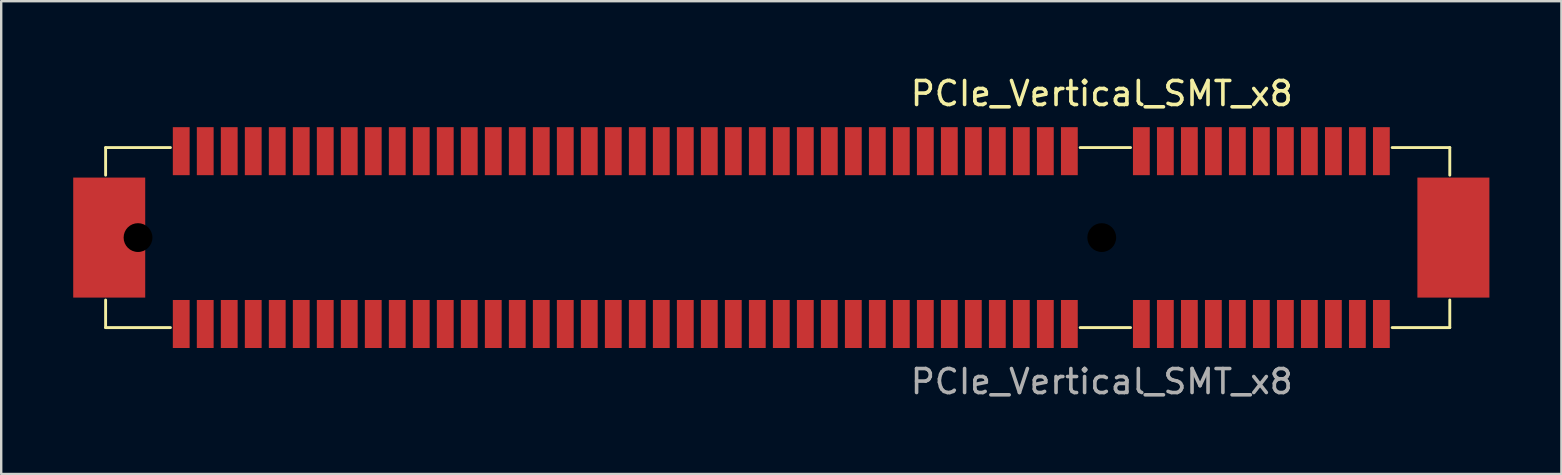
<source format=kicad_pcb>
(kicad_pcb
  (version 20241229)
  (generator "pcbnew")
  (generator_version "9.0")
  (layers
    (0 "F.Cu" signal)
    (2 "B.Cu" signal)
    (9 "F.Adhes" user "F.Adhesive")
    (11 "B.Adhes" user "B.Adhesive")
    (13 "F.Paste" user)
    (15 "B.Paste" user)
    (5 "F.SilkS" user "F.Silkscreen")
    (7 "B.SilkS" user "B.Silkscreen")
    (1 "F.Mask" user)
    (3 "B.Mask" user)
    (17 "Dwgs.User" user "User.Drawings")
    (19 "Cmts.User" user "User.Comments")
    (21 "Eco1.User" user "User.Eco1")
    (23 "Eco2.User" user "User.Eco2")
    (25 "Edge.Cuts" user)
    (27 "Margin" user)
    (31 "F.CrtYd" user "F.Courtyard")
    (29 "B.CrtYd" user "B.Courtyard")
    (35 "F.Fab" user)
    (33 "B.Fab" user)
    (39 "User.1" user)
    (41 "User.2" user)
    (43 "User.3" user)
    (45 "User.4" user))
  (footprint "PCIe_Vertical_SMT_x8"
    (layer "F.Cu")
    (at 42.85 6.848)
    (property "Reference" "PCIe_Vertical_SMT_x8" (at 0 -6 0) (unlocked yes) (layer "F.SilkS") (effects (font (size 1 1) (thickness 0.15))))
    (attr smd)
    (fp_line (start -41.5 -2.6) (end -41.5 -3.75) (stroke (width 0.12) (type solid)) (layer "F.SilkS"))
    (fp_line (start -41.5 3.75) (end -41.5 2.6) (stroke (width 0.12) (type solid)) (layer "F.SilkS"))
    (fp_line (start -38.8 -3.75) (end -41.5 -3.75) (stroke (width 0.12) (type solid)) (layer "F.SilkS"))
    (fp_line (start -38.8 3.75) (end -41.5 3.75) (stroke (width 0.12) (type solid)) (layer "F.SilkS"))
    (fp_line (start 1.2 -3.75) (end -0.9 -3.75) (stroke (width 0.12) (type solid)) (layer "F.SilkS"))
    (fp_line (start 1.2 3.75) (end -0.9 3.75) (stroke (width 0.12) (type solid)) (layer "F.SilkS"))
    (fp_line (start 14.5 -3.75) (end 12.1 -3.75) (stroke (width 0.12) (type solid)) (layer "F.SilkS"))
    (fp_line (start 14.5 -2.6) (end 14.5 -3.75) (stroke (width 0.12) (type solid)) (layer "F.SilkS"))
    (fp_line (start 14.5 3.75) (end 12.1 3.75) (stroke (width 0.12) (type solid)) (layer "F.SilkS"))
    (fp_line (start 14.5 3.75) (end 14.5 2.6) (stroke (width 0.12) (type solid)) (layer "F.SilkS"))
    (fp_text user "${REFERENCE}" (at 0 6 0) (unlocked yes) (layer "F.Fab") (effects (font (size 1 1) (thickness 0.15))))
    (pad "" smd rect (at -41.35 0) (size 3 5) (layers "F.Cu" "F.Mask" "F.Paste"))
    (pad "" np_thru_hole circle (at -40.15 0) (size 1.2 1.2) (drill 1.2) (layers "*.Mask"))
    (pad "" np_thru_hole circle (at 0 0) (size 1.2 1.2) (drill 1.2) (layers "*.Mask"))
    (pad "" smd rect (at 14.65 0) (size 3 5) (layers "F.Cu" "F.Mask" "F.Paste"))
    (pad "A1" smd rect (at 11.65 3.6) (size 0.7 2) (layers "F.Cu" "F.Mask" "F.Paste"))
    (pad "A2" smd rect (at 10.65 3.6) (size 0.7 2) (layers "F.Cu" "F.Mask" "F.Paste"))
    (pad "A3" smd rect (at 9.65 3.6) (size 0.7 2) (layers "F.Cu" "F.Mask" "F.Paste"))
    (pad "A4" smd rect (at 8.65 3.6) (size 0.7 2) (layers "F.Cu" "F.Mask" "F.Paste"))
    (pad "A5" smd rect (at 7.65 3.6) (size 0.7 2) (layers "F.Cu" "F.Mask" "F.Paste"))
    (pad "A6" smd rect (at 6.65 3.6) (size 0.7 2) (layers "F.Cu" "F.Mask" "F.Paste"))
    (pad "A7" smd rect (at 5.65 3.6) (size 0.7 2) (layers "F.Cu" "F.Mask" "F.Paste"))
    (pad "A8" smd rect (at 4.65 3.6) (size 0.7 2) (layers "F.Cu" "F.Mask" "F.Paste"))
    (pad "A9" smd rect (at 3.65 3.6) (size 0.7 2) (layers "F.Cu" "F.Mask" "F.Paste"))
    (pad "A10" smd rect (at 2.65 3.6) (size 0.7 2) (layers "F.Cu" "F.Mask" "F.Paste"))
    (pad "A11" smd rect (at 1.65 3.6) (size 0.7 2) (layers "F.Cu" "F.Mask" "F.Paste"))
    (pad "A12" smd rect (at -1.35 3.6) (size 0.7 2) (layers "F.Cu" "F.Mask" "F.Paste"))
    (pad "A13" smd rect (at -2.35 3.6) (size 0.7 2) (layers "F.Cu" "F.Mask" "F.Paste"))
    (pad "A14" smd rect (at -3.35 3.6) (size 0.7 2) (layers "F.Cu" "F.Mask" "F.Paste"))
    (pad "A15" smd rect (at -4.35 3.6) (size 0.7 2) (layers "F.Cu" "F.Mask" "F.Paste"))
    (pad "A16" smd rect (at -5.35 3.6) (size 0.7 2) (layers "F.Cu" "F.Mask" "F.Paste"))
    (pad "A17" smd rect (at -6.35 3.6) (size 0.7 2) (layers "F.Cu" "F.Mask" "F.Paste"))
    (pad "A18" smd rect (at -7.35 3.6) (size 0.7 2) (layers "F.Cu" "F.Mask" "F.Paste"))
    (pad "A19" smd rect (at -8.35 3.6) (size 0.7 2) (layers "F.Cu" "F.Mask" "F.Paste"))
    (pad "A20" smd rect (at -9.35 3.6) (size 0.7 2) (layers "F.Cu" "F.Mask" "F.Paste"))
    (pad "A21" smd rect (at -10.35 3.6) (size 0.7 2) (layers "F.Cu" "F.Mask" "F.Paste"))
    (pad "A22" smd rect (at -11.35 3.6) (size 0.7 2) (layers "F.Cu" "F.Mask" "F.Paste"))
    (pad "A23" smd rect (at -12.35 3.6) (size 0.7 2) (layers "F.Cu" "F.Mask" "F.Paste"))
    (pad "A24" smd rect (at -13.35 3.6) (size 0.7 2) (layers "F.Cu" "F.Mask" "F.Paste"))
    (pad "A25" smd rect (at -14.35 3.6) (size 0.7 2) (layers "F.Cu" "F.Mask" "F.Paste"))
    (pad "A26" smd rect (at -15.35 3.6) (size 0.7 2) (layers "F.Cu" "F.Mask" "F.Paste"))
    (pad "A27" smd rect (at -16.35 3.6) (size 0.7 2) (layers "F.Cu" "F.Mask" "F.Paste"))
    (pad "A28" smd rect (at -17.35 3.6) (size 0.7 2) (layers "F.Cu" "F.Mask" "F.Paste"))
    (pad "A29" smd rect (at -18.35 3.6) (size 0.7 2) (layers "F.Cu" "F.Mask" "F.Paste"))
    (pad "A30" smd rect (at -19.35 3.6) (size 0.7 2) (layers "F.Cu" "F.Mask" "F.Paste"))
    (pad "A31" smd rect (at -20.35 3.6) (size 0.7 2) (layers "F.Cu" "F.Mask" "F.Paste"))
    (pad "A32" smd rect (at -21.35 3.6) (size 0.7 2) (layers "F.Cu" "F.Mask" "F.Paste"))
    (pad "A33" smd rect (at -22.35 3.6) (size 0.7 2) (layers "F.Cu" "F.Mask" "F.Paste"))
    (pad "A34" smd rect (at -23.35 3.6) (size 0.7 2) (layers "F.Cu" "F.Mask" "F.Paste"))
    (pad "A35" smd rect (at -24.35 3.6) (size 0.7 2) (layers "F.Cu" "F.Mask" "F.Paste"))
    (pad "A36" smd rect (at -25.35 3.6) (size 0.7 2) (layers "F.Cu" "F.Mask" "F.Paste"))
    (pad "A37" smd rect (at -26.35 3.6) (size 0.7 2) (layers "F.Cu" "F.Mask" "F.Paste"))
    (pad "A38" smd rect (at -27.35 3.6) (size 0.7 2) (layers "F.Cu" "F.Mask" "F.Paste"))
    (pad "A39" smd rect (at -28.35 3.6) (size 0.7 2) (layers "F.Cu" "F.Mask" "F.Paste"))
    (pad "A40" smd rect (at -29.35 3.6) (size 0.7 2) (layers "F.Cu" "F.Mask" "F.Paste"))
    (pad "A41" smd rect (at -30.35 3.6) (size 0.7 2) (layers "F.Cu" "F.Mask" "F.Paste"))
    (pad "A42" smd rect (at -31.35 3.6) (size 0.7 2) (layers "F.Cu" "F.Mask" "F.Paste"))
    (pad "A43" smd rect (at -32.35 3.6) (size 0.7 2) (layers "F.Cu" "F.Mask" "F.Paste"))
    (pad "A44" smd rect (at -33.35 3.6) (size 0.7 2) (layers "F.Cu" "F.Mask" "F.Paste"))
    (pad "A45" smd rect (at -34.35 3.6) (size 0.7 2) (layers "F.Cu" "F.Mask" "F.Paste"))
    (pad "A46" smd rect (at -35.35 3.6) (size 0.7 2) (layers "F.Cu" "F.Mask" "F.Paste"))
    (pad "A47" smd rect (at -36.35 3.6) (size 0.7 2) (layers "F.Cu" "F.Mask" "F.Paste"))
    (pad "A48" smd rect (at -37.35 3.6) (size 0.7 2) (layers "F.Cu" "F.Mask" "F.Paste"))
    (pad "A49" smd rect (at -38.35 3.6) (size 0.7 2) (layers "F.Cu" "F.Mask" "F.Paste"))
    (pad "B1" smd rect (at 11.65 -3.6) (size 0.7 2) (layers "F.Cu" "F.Mask" "F.Paste"))
    (pad "B2" smd rect (at 10.65 -3.6) (size 0.7 2) (layers "F.Cu" "F.Mask" "F.Paste"))
    (pad "B3" smd rect (at 9.65 -3.6) (size 0.7 2) (layers "F.Cu" "F.Mask" "F.Paste"))
    (pad "B4" smd rect (at 8.65 -3.6) (size 0.7 2) (layers "F.Cu" "F.Mask" "F.Paste"))
    (pad "B5" smd rect (at 7.65 -3.6) (size 0.7 2) (layers "F.Cu" "F.Mask" "F.Paste"))
    (pad "B6" smd rect (at 6.65 -3.6) (size 0.7 2) (layers "F.Cu" "F.Mask" "F.Paste"))
    (pad "B7" smd rect (at 5.65 -3.6) (size 0.7 2) (layers "F.Cu" "F.Mask" "F.Paste"))
    (pad "B8" smd rect (at 4.65 -3.6) (size 0.7 2) (layers "F.Cu" "F.Mask" "F.Paste"))
    (pad "B9" smd rect (at 3.65 -3.6) (size 0.7 2) (layers "F.Cu" "F.Mask" "F.Paste"))
    (pad "B10" smd rect (at 2.65 -3.6) (size 0.7 2) (layers "F.Cu" "F.Mask" "F.Paste"))
    (pad "B11" smd rect (at 1.65 -3.6) (size 0.7 2) (layers "F.Cu" "F.Mask" "F.Paste"))
    (pad "B12" smd rect (at -1.35 -3.6) (size 0.7 2) (layers "F.Cu" "F.Mask" "F.Paste"))
    (pad "B13" smd rect (at -2.35 -3.6) (size 0.7 2) (layers "F.Cu" "F.Mask" "F.Paste"))
    (pad "B14" smd rect (at -3.35 -3.6) (size 0.7 2) (layers "F.Cu" "F.Mask" "F.Paste"))
    (pad "B15" smd rect (at -4.35 -3.6) (size 0.7 2) (layers "F.Cu" "F.Mask" "F.Paste"))
    (pad "B16" smd rect (at -5.35 -3.6) (size 0.7 2) (layers "F.Cu" "F.Mask" "F.Paste"))
    (pad "B17" smd rect (at -6.35 -3.6) (size 0.7 2) (layers "F.Cu" "F.Mask" "F.Paste"))
    (pad "B18" smd rect (at -7.35 -3.6) (size 0.7 2) (layers "F.Cu" "F.Mask" "F.Paste"))
    (pad "B19" smd rect (at -8.35 -3.6) (size 0.7 2) (layers "F.Cu" "F.Mask" "F.Paste"))
    (pad "B20" smd rect (at -9.35 -3.6) (size 0.7 2) (layers "F.Cu" "F.Mask" "F.Paste"))
    (pad "B21" smd rect (at -10.35 -3.6) (size 0.7 2) (layers "F.Cu" "F.Mask" "F.Paste"))
    (pad "B22" smd rect (at -11.35 -3.6) (size 0.7 2) (layers "F.Cu" "F.Mask" "F.Paste"))
    (pad "B23" smd rect (at -12.35 -3.6) (size 0.7 2) (layers "F.Cu" "F.Mask" "F.Paste"))
    (pad "B24" smd rect (at -13.35 -3.6) (size 0.7 2) (layers "F.Cu" "F.Mask" "F.Paste"))
    (pad "B25" smd rect (at -14.35 -3.6) (size 0.7 2) (layers "F.Cu" "F.Mask" "F.Paste"))
    (pad "B26" smd rect (at -15.35 -3.6) (size 0.7 2) (layers "F.Cu" "F.Mask" "F.Paste"))
    (pad "B27" smd rect (at -16.35 -3.6) (size 0.7 2) (layers "F.Cu" "F.Mask" "F.Paste"))
    (pad "B28" smd rect (at -17.35 -3.6) (size 0.7 2) (layers "F.Cu" "F.Mask" "F.Paste"))
    (pad "B29" smd rect (at -18.35 -3.6) (size 0.7 2) (layers "F.Cu" "F.Mask" "F.Paste"))
    (pad "B30" smd rect (at -19.35 -3.6) (size 0.7 2) (layers "F.Cu" "F.Mask" "F.Paste"))
    (pad "B31" smd rect (at -20.35 -3.6) (size 0.7 2) (layers "F.Cu" "F.Mask" "F.Paste"))
    (pad "B32" smd rect (at -21.35 -3.6) (size 0.7 2) (layers "F.Cu" "F.Mask" "F.Paste"))
    (pad "B33" smd rect (at -22.35 -3.6) (size 0.7 2) (layers "F.Cu" "F.Mask" "F.Paste"))
    (pad "B34" smd rect (at -23.35 -3.6) (size 0.7 2) (layers "F.Cu" "F.Mask" "F.Paste"))
    (pad "B35" smd rect (at -24.35 -3.6) (size 0.7 2) (layers "F.Cu" "F.Mask" "F.Paste"))
    (pad "B36" smd rect (at -25.35 -3.6) (size 0.7 2) (layers "F.Cu" "F.Mask" "F.Paste"))
    (pad "B37" smd rect (at -26.35 -3.6) (size 0.7 2) (layers "F.Cu" "F.Mask" "F.Paste"))
    (pad "B38" smd rect (at -27.35 -3.6) (size 0.7 2) (layers "F.Cu" "F.Mask" "F.Paste"))
    (pad "B39" smd rect (at -28.35 -3.6) (size 0.7 2) (layers "F.Cu" "F.Mask" "F.Paste"))
    (pad "B40" smd rect (at -29.35 -3.6) (size 0.7 2) (layers "F.Cu" "F.Mask" "F.Paste"))
    (pad "B41" smd rect (at -30.35 -3.6) (size 0.7 2) (layers "F.Cu" "F.Mask" "F.Paste"))
    (pad "B42" smd rect (at -31.35 -3.6) (size 0.7 2) (layers "F.Cu" "F.Mask" "F.Paste"))
    (pad "B43" smd rect (at -32.35 -3.6) (size 0.7 2) (layers "F.Cu" "F.Mask" "F.Paste"))
    (pad "B44" smd rect (at -33.35 -3.6) (size 0.7 2) (layers "F.Cu" "F.Mask" "F.Paste"))
    (pad "B45" smd rect (at -34.35 -3.6) (size 0.7 2) (layers "F.Cu" "F.Mask" "F.Paste"))
    (pad "B46" smd rect (at -35.35 -3.6) (size 0.7 2) (layers "F.Cu" "F.Mask" "F.Paste"))
    (pad "B47" smd rect (at -36.35 -3.6) (size 0.7 2) (layers "F.Cu" "F.Mask" "F.Paste"))
    (pad "B48" smd rect (at -37.35 -3.6) (size 0.7 2) (layers "F.Cu" "F.Mask" "F.Paste"))
    (pad "B49" smd rect (at -38.35 -3.6) (size 0.7 2) (layers "F.Cu" "F.Mask" "F.Paste")))
  (gr_rect
    (start -3 -3)
    (end 62 16.697)
    (stroke (width 0.1) (type default))
    (fill no)
    (layer "Edge.Cuts")))
</source>
